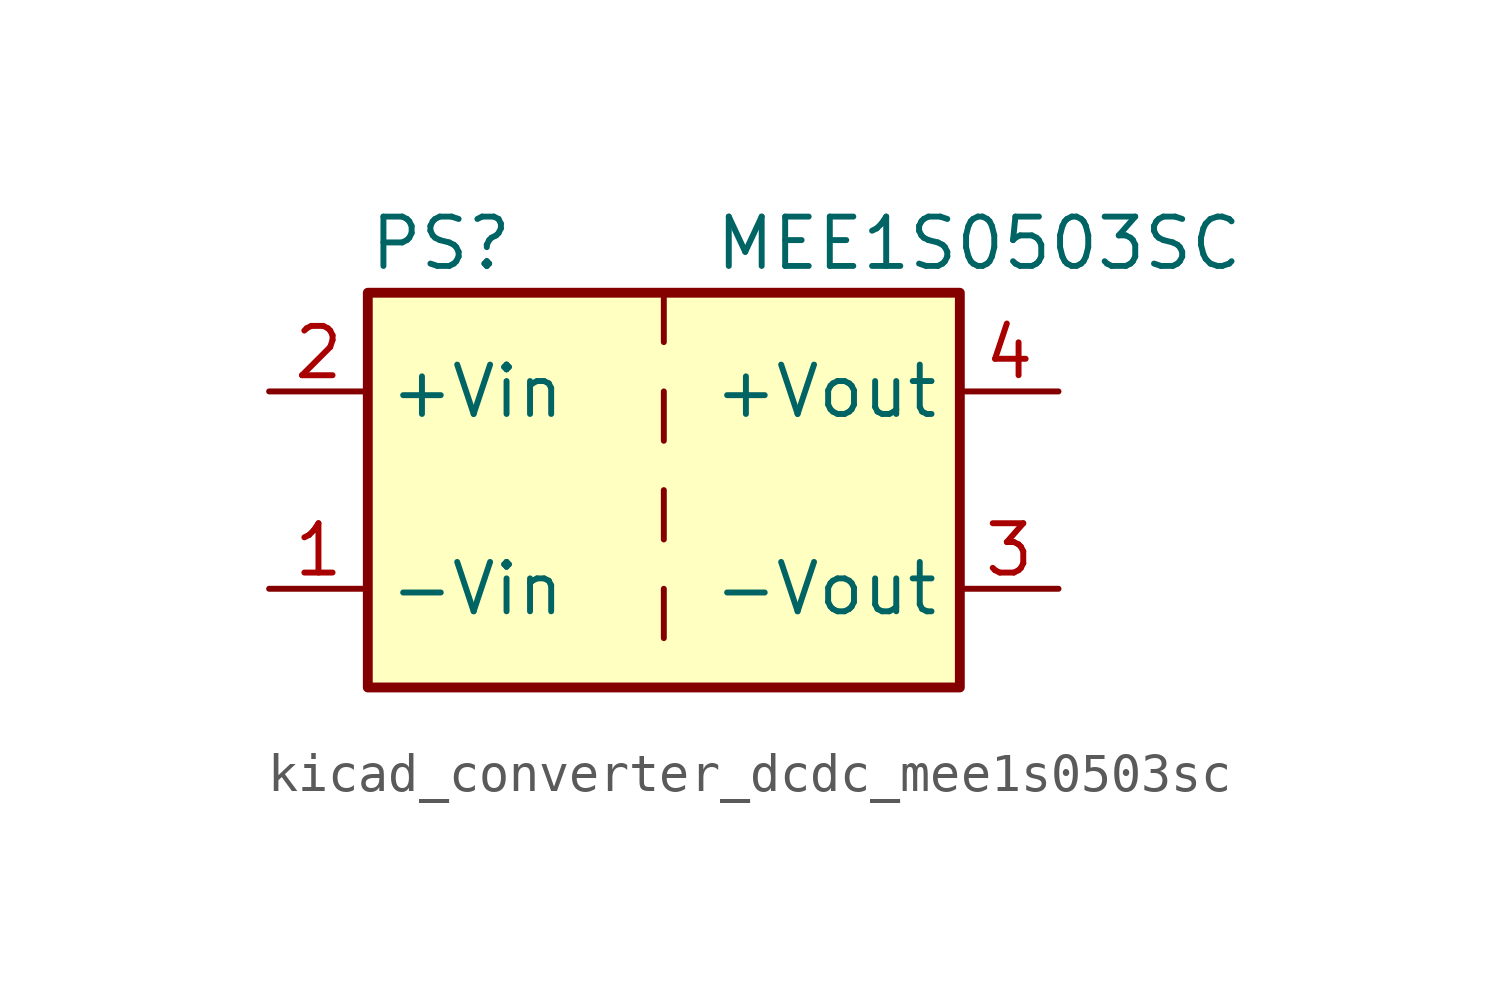
<source format=kicad_sym>
(kicad_symbol_lib
  (version 20220914)
  (generator kicad_symbol_editor)
  (symbol "kicad_converter_dcdc_mee1s0503sc"
    (property "Reference" "PS"
      (at -7.62 6.35 0)
      (effects (font (size 1.27 1.27)) (justify left)))
    (property "Value" "MEE1S0503SC"
      (at 1.27 6.35 0)
      (effects (font (size 1.27 1.27)) (justify left)))
    (symbol "kicad_converter_dcdc_mee1s0503sc_0_0"
      (pin power_in line (at -10.16 -2.54 0) (length 2.54) (name "-Vin" (effects (font (size 1.27 1.27)))) (number "1" (effects (font (size 1.27 1.27)))))
      (pin power_in line (at -10.16 2.54 0) (length 2.54) (name "+Vin" (effects (font (size 1.27 1.27)))) (number "2" (effects (font (size 1.27 1.27)))))
      (pin power_out line (at 10.16 -2.54 180) (length 2.54) (name "-Vout" (effects (font (size 1.27 1.27)))) (number "3" (effects (font (size 1.27 1.27)))))
      (pin power_out line (at 10.16 2.54 180) (length 2.54) (name "+Vout" (effects (font (size 1.27 1.27)))) (number "4" (effects (font (size 1.27 1.27))))))
    (symbol "kicad_converter_dcdc_mee1s0503sc_0_1"
      (rectangle (start -7.62 5.08) (end 7.62 -5.08) (stroke (width 0.254) (type default)) (fill (type background)))
      (polyline (pts (xy 0 -2.54) (xy 0 -3.81)) (stroke (width 0) (type default)) (fill (type none)))
      (polyline (pts (xy 0 0) (xy 0 -1.27)) (stroke (width 0) (type default)) (fill (type none)))
      (polyline (pts (xy 0 2.54) (xy 0 1.27)) (stroke (width 0) (type default)) (fill (type none)))
      (polyline (pts (xy 0 5.08) (xy 0 3.81)) (stroke (width 0) (type default)) (fill (type none))))))
</source>
